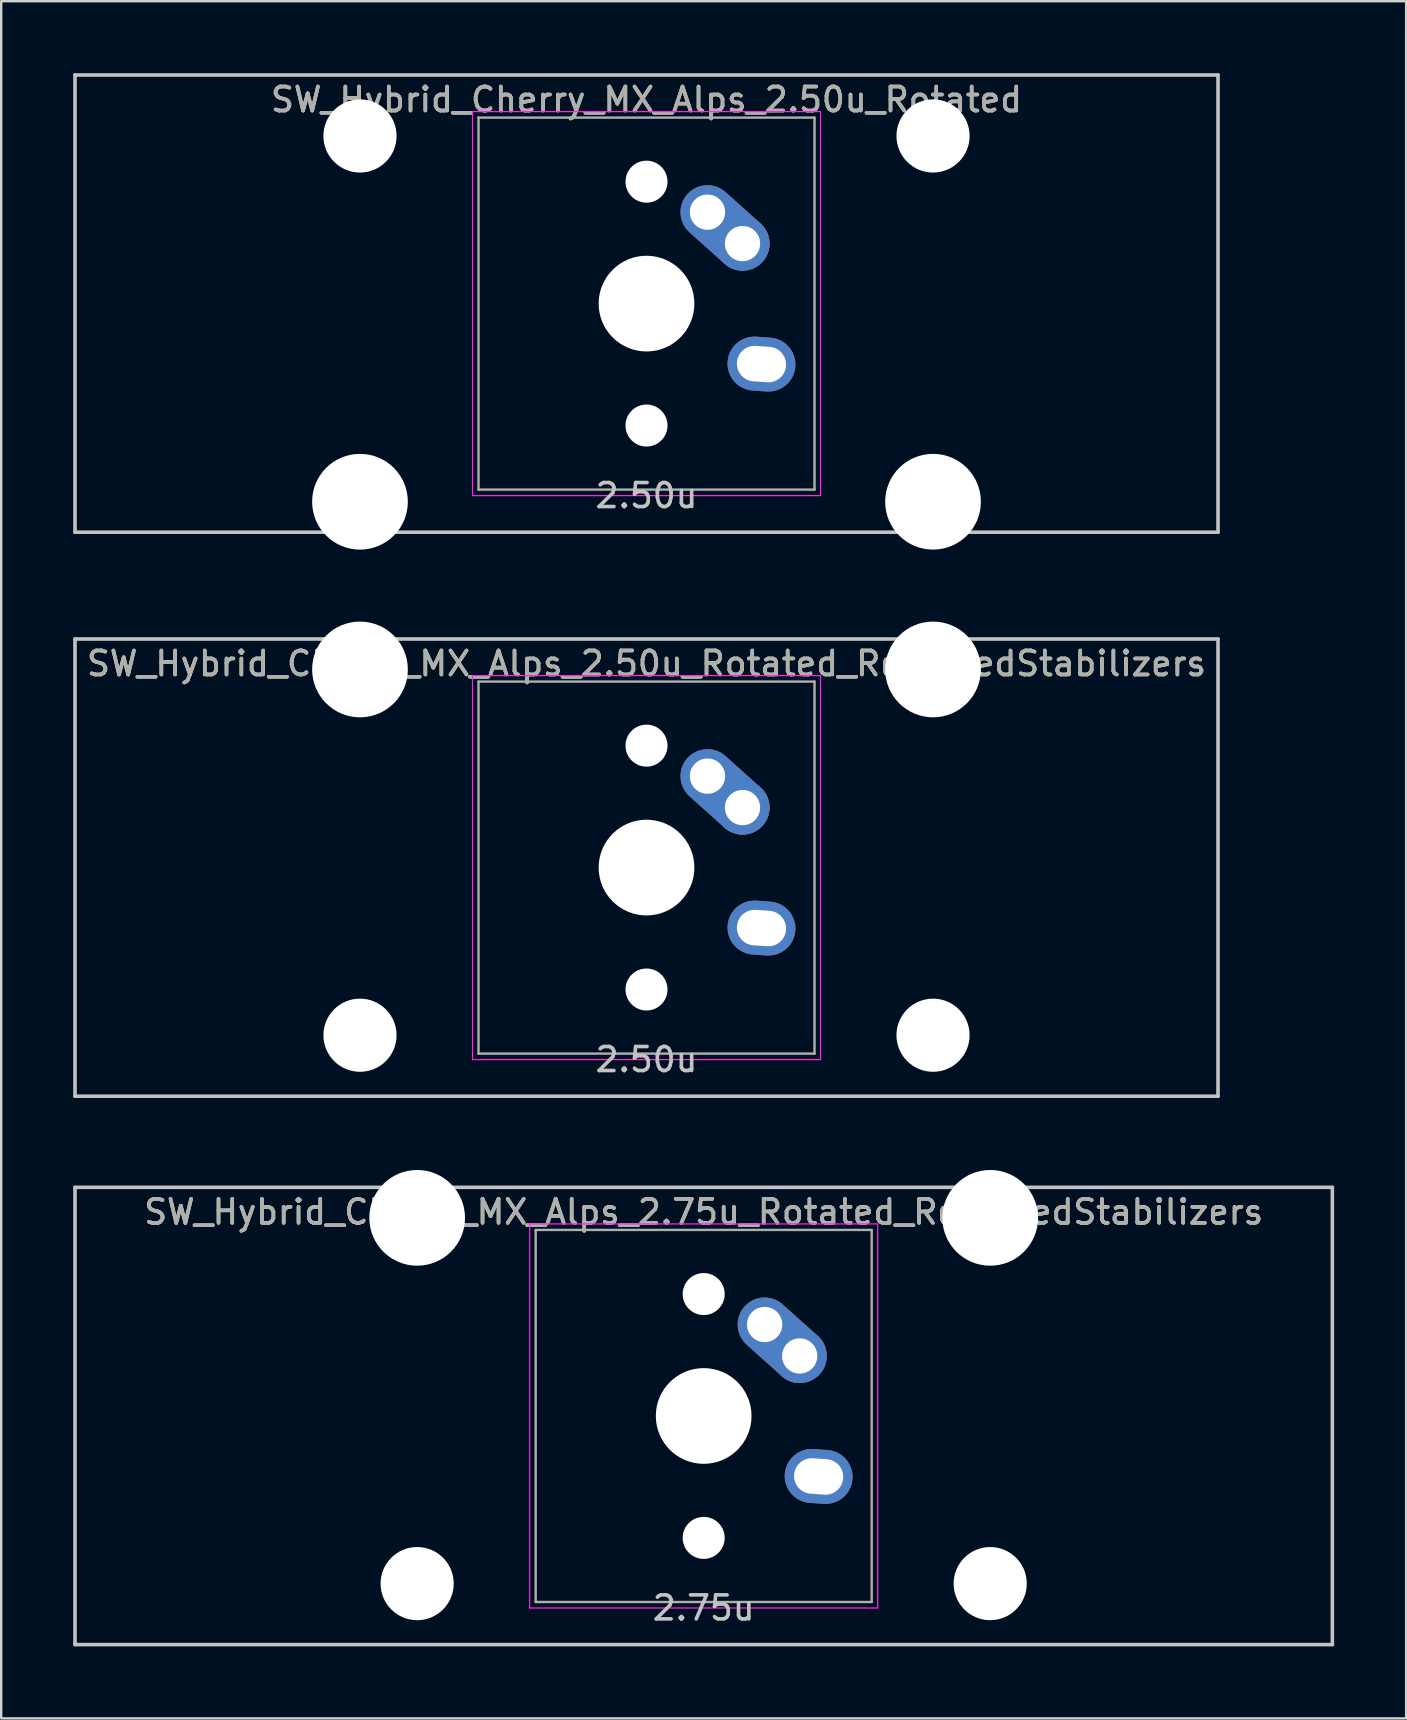
<source format=kicad_pcb>
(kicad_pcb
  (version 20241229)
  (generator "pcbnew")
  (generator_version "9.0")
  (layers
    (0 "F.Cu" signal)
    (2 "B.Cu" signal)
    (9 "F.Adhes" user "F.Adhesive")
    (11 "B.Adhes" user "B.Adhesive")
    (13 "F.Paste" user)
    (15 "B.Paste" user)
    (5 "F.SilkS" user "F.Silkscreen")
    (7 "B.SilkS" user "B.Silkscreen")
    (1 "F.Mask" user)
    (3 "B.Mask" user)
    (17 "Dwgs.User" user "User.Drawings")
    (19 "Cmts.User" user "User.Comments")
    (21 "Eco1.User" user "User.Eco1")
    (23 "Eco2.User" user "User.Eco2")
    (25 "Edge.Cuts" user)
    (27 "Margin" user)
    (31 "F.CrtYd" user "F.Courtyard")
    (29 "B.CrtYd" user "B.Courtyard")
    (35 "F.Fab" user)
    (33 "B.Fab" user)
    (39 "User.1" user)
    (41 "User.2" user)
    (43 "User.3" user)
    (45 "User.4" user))
  (footprint "SW_Hybrid_Cherry_MX_Alps_2.75u_Rotated_ReversedStabilizers"
    (layer "F.Cu")
    (at 26.269 55.947)
    (property "Reference" "SW_Hybrid_Cherry_MX_Alps_2.75u_Rotated_ReversedStabilizers" (at 0 -8.5 0) (layer "F.SilkS") (effects (font (size 1 1) (thickness 0.15))))
    (attr through_hole)
    (fp_line (start -26.194 -9.525) (end 26.194 -9.525) (stroke (width 0.15) (type solid)) (layer "Dwgs.User"))
    (fp_line (start -26.194 9.525) (end -26.194 -9.525) (stroke (width 0.15) (type solid)) (layer "Dwgs.User"))
    (fp_line (start -26.194 9.525) (end 26.194 9.525) (stroke (width 0.15) (type solid)) (layer "Dwgs.User"))
    (fp_line (start 26.194 -9.525) (end 26.194 9.525) (stroke (width 0.15) (type solid)) (layer "Dwgs.User"))
    (fp_line (start -7.25 -8) (end 7.25 -8) (stroke (width 0.05) (type solid)) (layer "F.CrtYd"))
    (fp_line (start -7.25 8) (end -7.25 -8) (stroke (width 0.05) (type solid)) (layer "F.CrtYd"))
    (fp_line (start 7.25 -8) (end 7.25 8) (stroke (width 0.05) (type solid)) (layer "F.CrtYd"))
    (fp_line (start 7.25 8) (end -7.25 8) (stroke (width 0.05) (type solid)) (layer "F.CrtYd"))
    (fp_line (start -7 -7.75) (end 7 -7.75) (stroke (width 0.1) (type solid)) (layer "F.Fab"))
    (fp_line (start -7 7.75) (end -7 -7.75) (stroke (width 0.1) (type solid)) (layer "F.Fab"))
    (fp_line (start 7 -7.75) (end 7 7.75) (stroke (width 0.1) (type solid)) (layer "F.Fab"))
    (fp_line (start 7 7.75) (end -7 7.75) (stroke (width 0.1) (type solid)) (layer "F.Fab"))
    (fp_text user "2.75u" (at 0 8 0) (layer "Dwgs.User") (effects (font (size 1 1) (thickness 0.15))))
    (fp_text user "${REFERENCE}" (at 0 -8.5 0) (layer "F.Fab") (effects (font (size 1 1) (thickness 0.15))))
    (pad "" np_thru_hole circle (at -11.938 -8.255) (size 3.988 3.988) (drill 3.988) (layers "*.Cu" "*.Mask"))
    (pad "" np_thru_hole circle (at -11.938 6.985) (size 3.048 3.048) (drill 3.048) (layers "*.Cu" "*.Mask"))
    (pad "" np_thru_hole circle (at 0 -5.08 318.1) (size 1.75 1.75) (drill 1.75) (layers "*.Cu" "*.Mask"))
    (pad "" np_thru_hole circle (at 0 0 270) (size 3.988 3.988) (drill 3.988) (layers "*.Cu" "*.Mask"))
    (pad "" np_thru_hole circle (at 0 5.08 318.1) (size 1.75 1.75) (drill 1.75) (layers "*.Cu" "*.Mask"))
    (pad "" np_thru_hole circle (at 11.938 -8.255) (size 3.988 3.988) (drill 3.988) (layers "*.Cu" "*.Mask"))
    (pad "" np_thru_hole circle (at 11.938 6.985) (size 3.048 3.048) (drill 3.048) (layers "*.Cu" "*.Mask"))
    (pad "1" thru_hole oval (at 2.54 -3.81 318.1) (size 4.212 2.25) (drill 1.47 (offset 0.981 0)) (layers "*.Cu" "B.Mask"))
    (pad "1" thru_hole circle (at 4 -2.5 270) (size 2.25 2.25) (drill 1.47) (layers "*.Cu" "B.Mask"))
    (pad "2" thru_hole oval (at 4.79 2.52 356) (size 2.831 2.25) (drill oval 2.051 1.48) (layers "*.Cu" "B.Mask")))
  (footprint "SW_Hybrid_Cherry_MX_Alps_2.50u_Rotated"
    (layer "F.Cu")
    (at 23.887 9.6)
    (property "Reference" "SW_Hybrid_Cherry_MX_Alps_2.50u_Rotated" (at 0 -8.5 0) (layer "F.SilkS") (effects (font (size 1 1) (thickness 0.15))))
    (attr through_hole)
    (fp_line (start -23.812 -9.525) (end 23.812 -9.525) (stroke (width 0.15) (type solid)) (layer "Dwgs.User"))
    (fp_line (start -23.812 9.525) (end -23.812 -9.525) (stroke (width 0.15) (type solid)) (layer "Dwgs.User"))
    (fp_line (start -23.812 9.525) (end 23.812 9.525) (stroke (width 0.15) (type solid)) (layer "Dwgs.User"))
    (fp_line (start 23.812 -9.525) (end 23.812 9.525) (stroke (width 0.15) (type solid)) (layer "Dwgs.User"))
    (fp_line (start -7.25 -8) (end 7.25 -8) (stroke (width 0.05) (type solid)) (layer "F.CrtYd"))
    (fp_line (start -7.25 8) (end -7.25 -8) (stroke (width 0.05) (type solid)) (layer "F.CrtYd"))
    (fp_line (start 7.25 -8) (end 7.25 8) (stroke (width 0.05) (type solid)) (layer "F.CrtYd"))
    (fp_line (start 7.25 8) (end -7.25 8) (stroke (width 0.05) (type solid)) (layer "F.CrtYd"))
    (fp_line (start -7 -7.75) (end 7 -7.75) (stroke (width 0.1) (type solid)) (layer "F.Fab"))
    (fp_line (start -7 7.75) (end -7 -7.75) (stroke (width 0.1) (type solid)) (layer "F.Fab"))
    (fp_line (start 7 -7.75) (end 7 7.75) (stroke (width 0.1) (type solid)) (layer "F.Fab"))
    (fp_line (start 7 7.75) (end -7 7.75) (stroke (width 0.1) (type solid)) (layer "F.Fab"))
    (fp_text user "2.50u" (at 0 8 0) (layer "Dwgs.User") (effects (font (size 1 1) (thickness 0.15))))
    (fp_text user "${REFERENCE}" (at 0 -8.5 0) (layer "F.Fab") (effects (font (size 1 1) (thickness 0.15))))
    (pad "" np_thru_hole circle (at -11.938 -6.985) (size 3.048 3.048) (drill 3.048) (layers "*.Cu" "*.Mask"))
    (pad "" np_thru_hole circle (at -11.938 8.255) (size 3.988 3.988) (drill 3.988) (layers "*.Cu" "*.Mask"))
    (pad "" np_thru_hole circle (at 0 -5.08 318.1) (size 1.75 1.75) (drill 1.75) (layers "*.Cu" "*.Mask"))
    (pad "" np_thru_hole circle (at 0 0 270) (size 3.988 3.988) (drill 3.988) (layers "*.Cu" "*.Mask"))
    (pad "" np_thru_hole circle (at 0 5.08 318.1) (size 1.75 1.75) (drill 1.75) (layers "*.Cu" "*.Mask"))
    (pad "" np_thru_hole circle (at 11.938 -6.985) (size 3.048 3.048) (drill 3.048) (layers "*.Cu" "*.Mask"))
    (pad "" np_thru_hole circle (at 11.938 8.255) (size 3.988 3.988) (drill 3.988) (layers "*.Cu" "*.Mask"))
    (pad "1" thru_hole oval (at 2.54 -3.81 318.1) (size 4.212 2.25) (drill 1.47 (offset 0.981 0)) (layers "*.Cu" "B.Mask"))
    (pad "1" thru_hole circle (at 4 -2.5 270) (size 2.25 2.25) (drill 1.47) (layers "*.Cu" "B.Mask"))
    (pad "2" thru_hole oval (at 4.79 2.52 356) (size 2.831 2.25) (drill oval 2.051 1.48) (layers "*.Cu" "B.Mask")))
  (footprint "SW_Hybrid_Cherry_MX_Alps_2.50u_Rotated_ReversedStabilizers"
    (layer "F.Cu")
    (at 23.887 33.098)
    (property "Reference" "SW_Hybrid_Cherry_MX_Alps_2.50u_Rotated_ReversedStabilizers" (at 0 -8.5 0) (layer "F.SilkS") (effects (font (size 1 1) (thickness 0.15))))
    (attr through_hole)
    (fp_line (start -23.812 -9.525) (end 23.812 -9.525) (stroke (width 0.15) (type solid)) (layer "Dwgs.User"))
    (fp_line (start -23.812 9.525) (end -23.812 -9.525) (stroke (width 0.15) (type solid)) (layer "Dwgs.User"))
    (fp_line (start -23.812 9.525) (end 23.812 9.525) (stroke (width 0.15) (type solid)) (layer "Dwgs.User"))
    (fp_line (start 23.812 -9.525) (end 23.812 9.525) (stroke (width 0.15) (type solid)) (layer "Dwgs.User"))
    (fp_line (start -7.25 -8) (end 7.25 -8) (stroke (width 0.05) (type solid)) (layer "F.CrtYd"))
    (fp_line (start -7.25 8) (end -7.25 -8) (stroke (width 0.05) (type solid)) (layer "F.CrtYd"))
    (fp_line (start 7.25 -8) (end 7.25 8) (stroke (width 0.05) (type solid)) (layer "F.CrtYd"))
    (fp_line (start 7.25 8) (end -7.25 8) (stroke (width 0.05) (type solid)) (layer "F.CrtYd"))
    (fp_line (start -7 -7.75) (end 7 -7.75) (stroke (width 0.1) (type solid)) (layer "F.Fab"))
    (fp_line (start -7 7.75) (end -7 -7.75) (stroke (width 0.1) (type solid)) (layer "F.Fab"))
    (fp_line (start 7 -7.75) (end 7 7.75) (stroke (width 0.1) (type solid)) (layer "F.Fab"))
    (fp_line (start 7 7.75) (end -7 7.75) (stroke (width 0.1) (type solid)) (layer "F.Fab"))
    (fp_text user "2.50u" (at 0 8 0) (layer "Dwgs.User") (effects (font (size 1 1) (thickness 0.15))))
    (fp_text user "${REFERENCE}" (at 0 -8.5 0) (layer "F.Fab") (effects (font (size 1 1) (thickness 0.15))))
    (pad "" np_thru_hole circle (at -11.938 -8.255) (size 3.988 3.988) (drill 3.988) (layers "*.Cu" "*.Mask"))
    (pad "" np_thru_hole circle (at -11.938 6.985) (size 3.048 3.048) (drill 3.048) (layers "*.Cu" "*.Mask"))
    (pad "" np_thru_hole circle (at 0 -5.08 318.1) (size 1.75 1.75) (drill 1.75) (layers "*.Cu" "*.Mask"))
    (pad "" np_thru_hole circle (at 0 0 270) (size 3.988 3.988) (drill 3.988) (layers "*.Cu" "*.Mask"))
    (pad "" np_thru_hole circle (at 0 5.08 318.1) (size 1.75 1.75) (drill 1.75) (layers "*.Cu" "*.Mask"))
    (pad "" np_thru_hole circle (at 11.938 -8.255) (size 3.988 3.988) (drill 3.988) (layers "*.Cu" "*.Mask"))
    (pad "" np_thru_hole circle (at 11.938 6.985) (size 3.048 3.048) (drill 3.048) (layers "*.Cu" "*.Mask"))
    (pad "1" thru_hole oval (at 2.54 -3.81 318.1) (size 4.212 2.25) (drill 1.47 (offset 0.981 0)) (layers "*.Cu" "B.Mask"))
    (pad "1" thru_hole circle (at 4 -2.5 270) (size 2.25 2.25) (drill 1.47) (layers "*.Cu" "B.Mask"))
    (pad "2" thru_hole oval (at 4.79 2.52 356) (size 2.831 2.25) (drill oval 2.051 1.48) (layers "*.Cu" "B.Mask")))
  (gr_rect
    (start -3 -3)
    (end 55.538 68.547)
    (stroke (width 0.1) (type default))
    (fill no)
    (layer "Edge.Cuts")))
</source>
